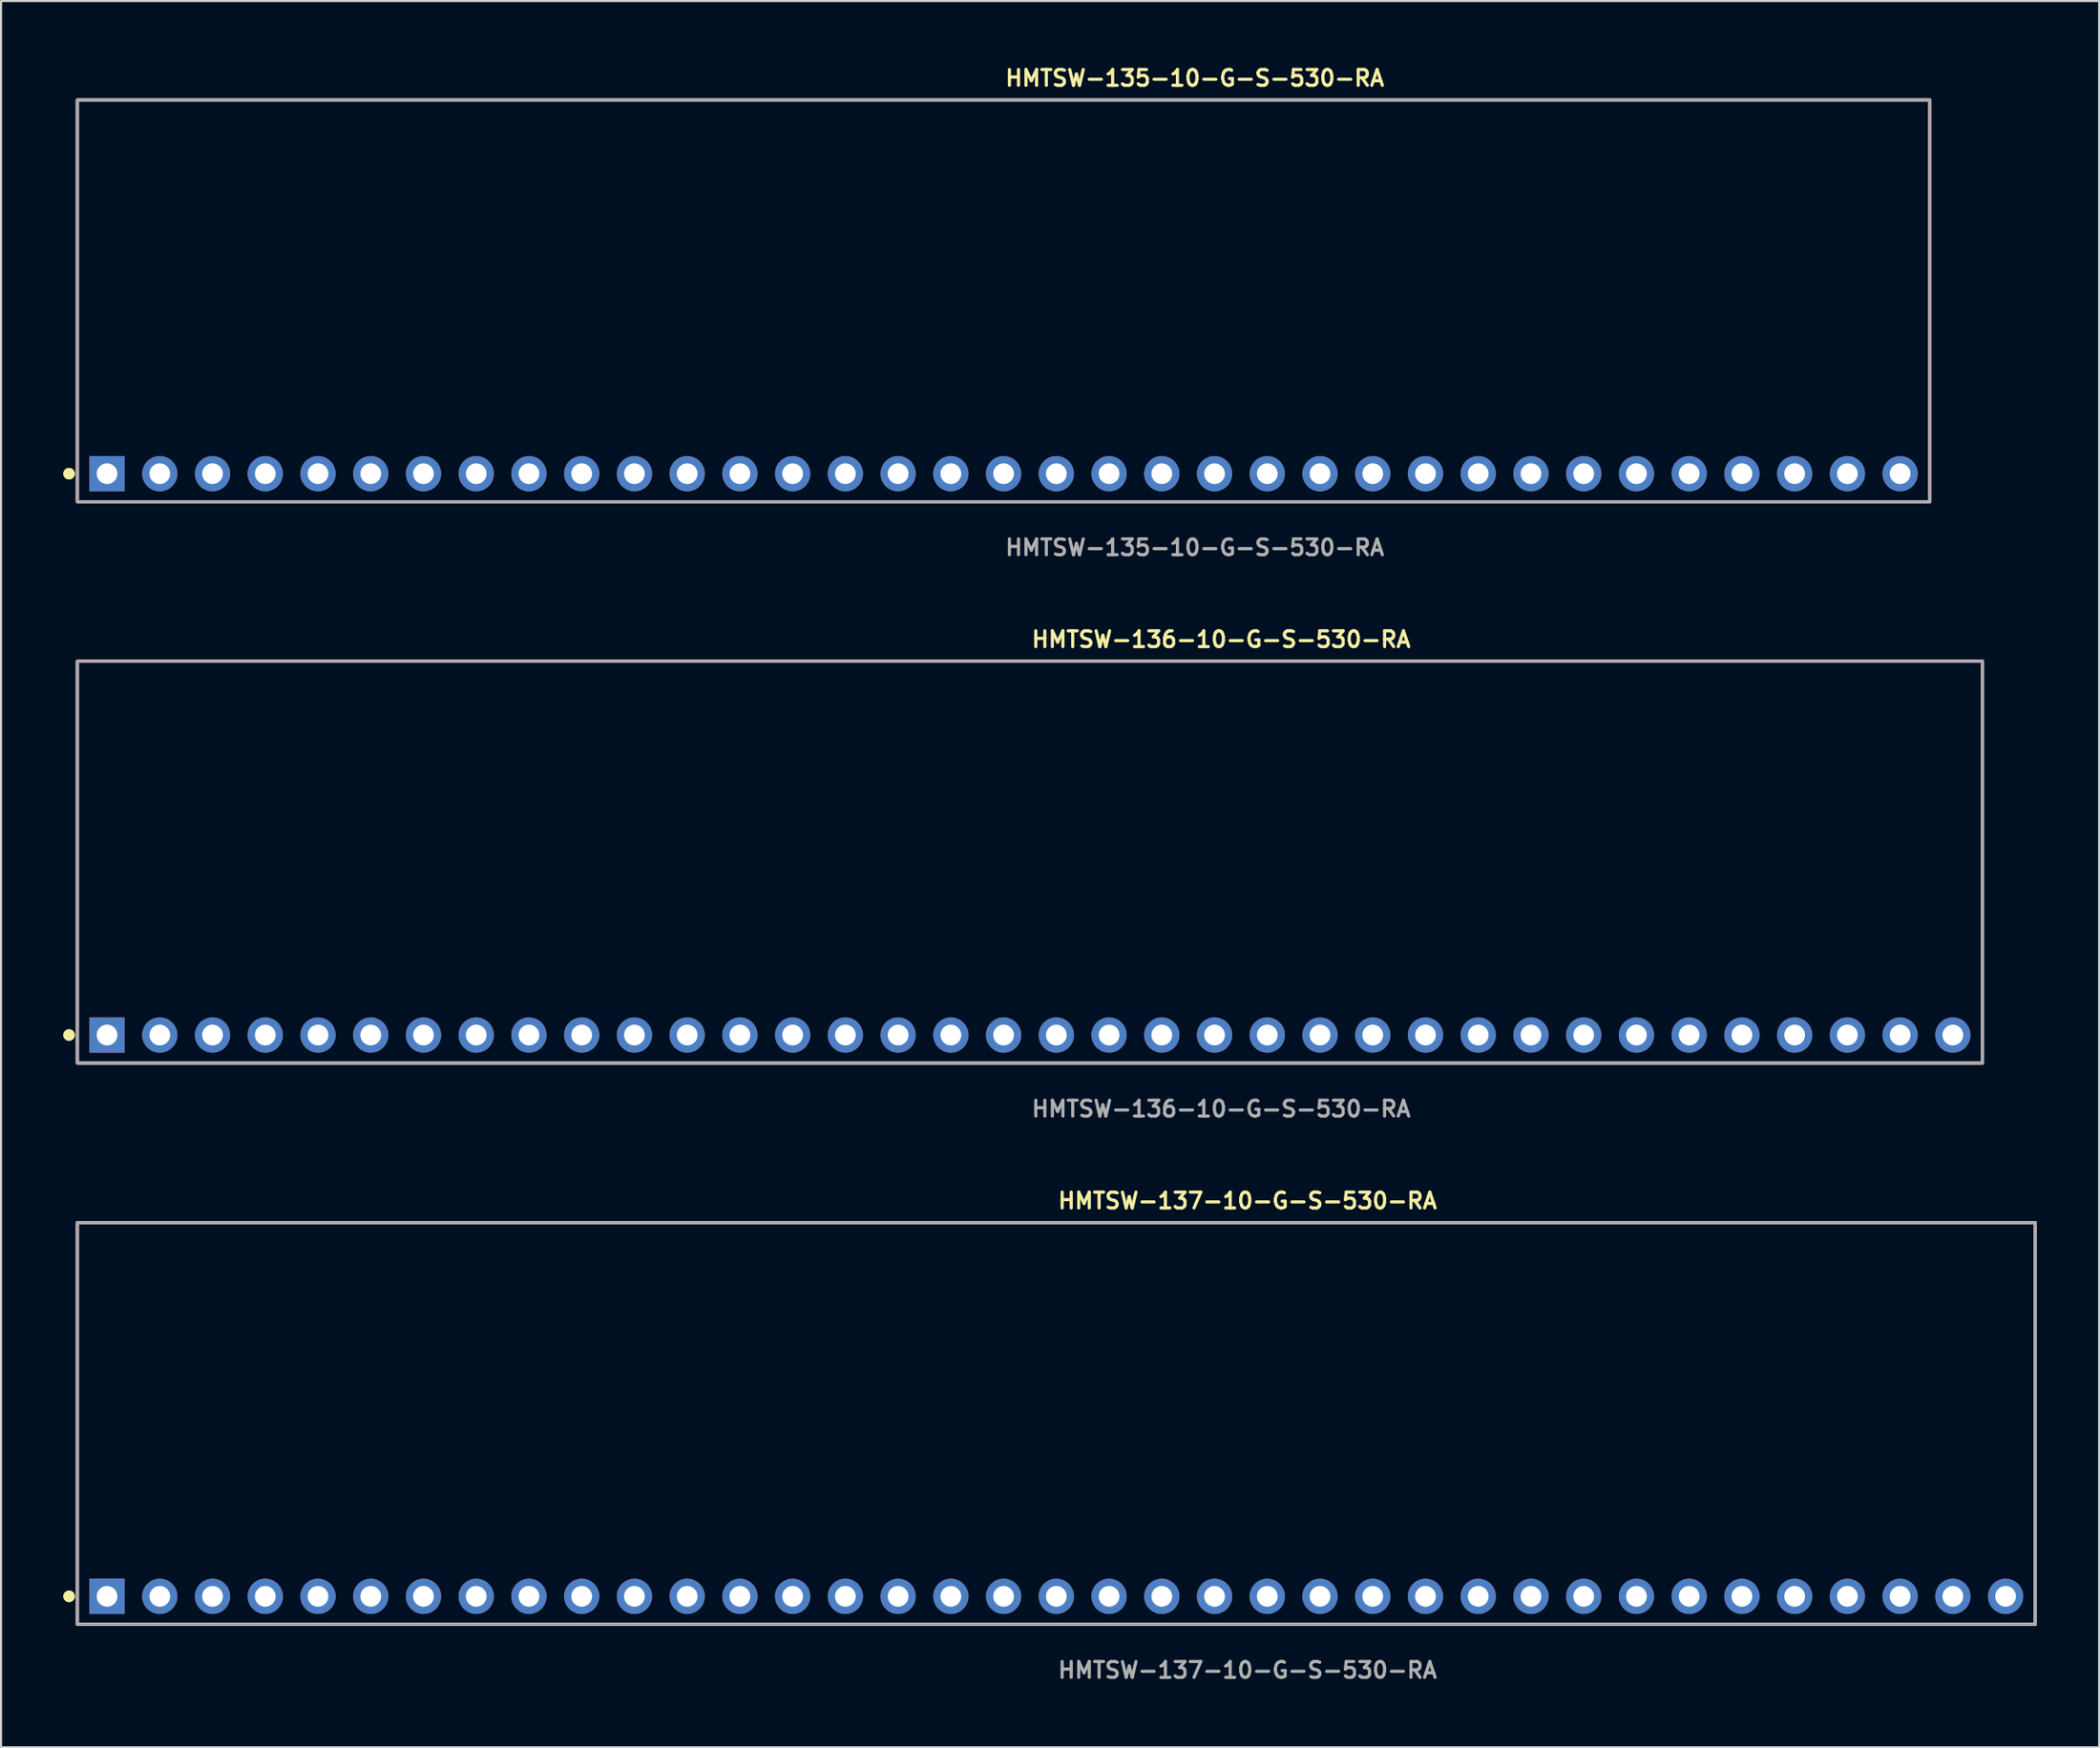
<source format=kicad_pcb>
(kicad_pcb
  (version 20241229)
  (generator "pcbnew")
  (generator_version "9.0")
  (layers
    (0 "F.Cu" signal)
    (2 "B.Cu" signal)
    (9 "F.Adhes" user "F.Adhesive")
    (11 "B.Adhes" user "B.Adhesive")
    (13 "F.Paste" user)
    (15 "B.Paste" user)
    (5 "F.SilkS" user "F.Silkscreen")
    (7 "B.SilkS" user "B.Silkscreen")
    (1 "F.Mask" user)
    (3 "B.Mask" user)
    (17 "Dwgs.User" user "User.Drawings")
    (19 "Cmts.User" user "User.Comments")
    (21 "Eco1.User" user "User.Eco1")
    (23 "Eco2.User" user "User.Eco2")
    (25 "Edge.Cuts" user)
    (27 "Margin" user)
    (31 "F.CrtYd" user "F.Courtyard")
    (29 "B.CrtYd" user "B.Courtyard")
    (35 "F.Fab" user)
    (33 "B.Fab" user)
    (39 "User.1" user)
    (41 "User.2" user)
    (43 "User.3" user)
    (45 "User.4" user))
  (footprint "HMTSW-136-10-G-S-530-RA"
    (layer "F.Cu")
    (at 46.556 46.796)
    (property "Reference" "HMTSW-136-10-G-S-530-RA" (at 0 -19.05 0) (unlocked yes) (layer "F.SilkS") (effects (font (size 0.762 0.762) (thickness 0.152)) (justify left)))
    (fp_rect (start -45.88 1.35) (end 45.88 -18) (stroke (width 0.152) (type solid)) (fill no) (layer "F.SilkS"))
    (fp_circle (center -46.28 0) (end -46.48 0) (stroke (width 0.152) (type solid)) (fill yes) (layer "F.SilkS"))
    (fp_circle (center -46.28 0) (end -46.48 0) (stroke (width 0.152) (type solid)) (fill yes) (layer "F.SilkS"))
    (fp_rect (start -45.88 1.35) (end 45.88 -18) (stroke (width 0.006) (type solid)) (fill no) (layer "F.CrtYd"))
    (fp_rect (start -45.88 1.35) (end 45.88 -18) (stroke (width 0.152) (type solid)) (fill no) (layer "F.Fab"))
    (fp_text user "${REFERENCE}" (at 0 3.556 0) (unlocked yes) (layer "F.Fab") (effects (font (size 0.762 0.762) (thickness 0.152)) (justify left)))
    (pad "1" thru_hole rect (at -44.45 0) (size 1.7 1.7) (drill 1) (layers "*.Cu" "*.Mask"))
    (pad "2" thru_hole circle (at -41.91 0) (size 1.7 1.7) (drill 1) (layers "*.Cu" "*.Mask"))
    (pad "3" thru_hole circle (at -39.37 0) (size 1.7 1.7) (drill 1) (layers "*.Cu" "*.Mask"))
    (pad "4" thru_hole circle (at -36.83 0) (size 1.7 1.7) (drill 1) (layers "*.Cu" "*.Mask"))
    (pad "5" thru_hole circle (at -34.29 0) (size 1.7 1.7) (drill 1) (layers "*.Cu" "*.Mask"))
    (pad "6" thru_hole circle (at -31.75 0) (size 1.7 1.7) (drill 1) (layers "*.Cu" "*.Mask"))
    (pad "7" thru_hole circle (at -29.21 0) (size 1.7 1.7) (drill 1) (layers "*.Cu" "*.Mask"))
    (pad "8" thru_hole circle (at -26.67 0) (size 1.7 1.7) (drill 1) (layers "*.Cu" "*.Mask"))
    (pad "9" thru_hole circle (at -24.13 0) (size 1.7 1.7) (drill 1) (layers "*.Cu" "*.Mask"))
    (pad "10" thru_hole circle (at -21.59 0) (size 1.7 1.7) (drill 1) (layers "*.Cu" "*.Mask"))
    (pad "11" thru_hole circle (at -19.05 0) (size 1.7 1.7) (drill 1) (layers "*.Cu" "*.Mask"))
    (pad "12" thru_hole circle (at -16.51 0) (size 1.7 1.7) (drill 1) (layers "*.Cu" "*.Mask"))
    (pad "13" thru_hole circle (at -13.97 0) (size 1.7 1.7) (drill 1) (layers "*.Cu" "*.Mask"))
    (pad "14" thru_hole circle (at -11.43 0) (size 1.7 1.7) (drill 1) (layers "*.Cu" "*.Mask"))
    (pad "15" thru_hole circle (at -8.89 0) (size 1.7 1.7) (drill 1) (layers "*.Cu" "*.Mask"))
    (pad "16" thru_hole circle (at -6.35 0) (size 1.7 1.7) (drill 1) (layers "*.Cu" "*.Mask"))
    (pad "17" thru_hole circle (at -3.81 0) (size 1.7 1.7) (drill 1) (layers "*.Cu" "*.Mask"))
    (pad "18" thru_hole circle (at -1.27 0) (size 1.7 1.7) (drill 1) (layers "*.Cu" "*.Mask"))
    (pad "19" thru_hole circle (at 1.27 0) (size 1.7 1.7) (drill 1) (layers "*.Cu" "*.Mask"))
    (pad "20" thru_hole circle (at 3.81 0) (size 1.7 1.7) (drill 1) (layers "*.Cu" "*.Mask"))
    (pad "21" thru_hole circle (at 6.35 0) (size 1.7 1.7) (drill 1) (layers "*.Cu" "*.Mask"))
    (pad "22" thru_hole circle (at 8.89 0) (size 1.7 1.7) (drill 1) (layers "*.Cu" "*.Mask"))
    (pad "23" thru_hole circle (at 11.43 0) (size 1.7 1.7) (drill 1) (layers "*.Cu" "*.Mask"))
    (pad "24" thru_hole circle (at 13.97 0) (size 1.7 1.7) (drill 1) (layers "*.Cu" "*.Mask"))
    (pad "25" thru_hole circle (at 16.51 0) (size 1.7 1.7) (drill 1) (layers "*.Cu" "*.Mask"))
    (pad "26" thru_hole circle (at 19.05 0) (size 1.7 1.7) (drill 1) (layers "*.Cu" "*.Mask"))
    (pad "27" thru_hole circle (at 21.59 0) (size 1.7 1.7) (drill 1) (layers "*.Cu" "*.Mask"))
    (pad "28" thru_hole circle (at 24.13 0) (size 1.7 1.7) (drill 1) (layers "*.Cu" "*.Mask"))
    (pad "29" thru_hole circle (at 26.67 0) (size 1.7 1.7) (drill 1) (layers "*.Cu" "*.Mask"))
    (pad "30" thru_hole circle (at 29.21 0) (size 1.7 1.7) (drill 1) (layers "*.Cu" "*.Mask"))
    (pad "31" thru_hole circle (at 31.75 0) (size 1.7 1.7) (drill 1) (layers "*.Cu" "*.Mask"))
    (pad "32" thru_hole circle (at 34.29 0) (size 1.7 1.7) (drill 1) (layers "*.Cu" "*.Mask"))
    (pad "33" thru_hole circle (at 36.83 0) (size 1.7 1.7) (drill 1) (layers "*.Cu" "*.Mask"))
    (pad "34" thru_hole circle (at 39.37 0) (size 1.7 1.7) (drill 1) (layers "*.Cu" "*.Mask"))
    (pad "35" thru_hole circle (at 41.91 0) (size 1.7 1.7) (drill 1) (layers "*.Cu" "*.Mask"))
    (pad "36" thru_hole circle (at 44.45 0) (size 1.7 1.7) (drill 1) (layers "*.Cu" "*.Mask")))
  (footprint "HMTSW-137-10-G-S-530-RA"
    (layer "F.Cu")
    (at 47.826 73.828)
    (property "Reference" "HMTSW-137-10-G-S-530-RA" (at 0 -19.05 0) (unlocked yes) (layer "F.SilkS") (effects (font (size 0.762 0.762) (thickness 0.152)) (justify left)))
    (fp_rect (start -47.15 1.35) (end 47.15 -18) (stroke (width 0.152) (type solid)) (fill no) (layer "F.SilkS"))
    (fp_circle (center -47.55 0) (end -47.75 0) (stroke (width 0.152) (type solid)) (fill yes) (layer "F.SilkS"))
    (fp_circle (center -47.55 0) (end -47.75 0) (stroke (width 0.152) (type solid)) (fill yes) (layer "F.SilkS"))
    (fp_rect (start -47.15 1.35) (end 47.15 -18) (stroke (width 0.006) (type solid)) (fill no) (layer "F.CrtYd"))
    (fp_rect (start -47.15 1.35) (end 47.15 -18) (stroke (width 0.152) (type solid)) (fill no) (layer "F.Fab"))
    (fp_text user "${REFERENCE}" (at 0 3.556 0) (unlocked yes) (layer "F.Fab") (effects (font (size 0.762 0.762) (thickness 0.152)) (justify left)))
    (pad "1" thru_hole rect (at -45.72 0) (size 1.7 1.7) (drill 1) (layers "*.Cu" "*.Mask"))
    (pad "2" thru_hole circle (at -43.18 0) (size 1.7 1.7) (drill 1) (layers "*.Cu" "*.Mask"))
    (pad "3" thru_hole circle (at -40.64 0) (size 1.7 1.7) (drill 1) (layers "*.Cu" "*.Mask"))
    (pad "4" thru_hole circle (at -38.1 0) (size 1.7 1.7) (drill 1) (layers "*.Cu" "*.Mask"))
    (pad "5" thru_hole circle (at -35.56 0) (size 1.7 1.7) (drill 1) (layers "*.Cu" "*.Mask"))
    (pad "6" thru_hole circle (at -33.02 0) (size 1.7 1.7) (drill 1) (layers "*.Cu" "*.Mask"))
    (pad "7" thru_hole circle (at -30.48 0) (size 1.7 1.7) (drill 1) (layers "*.Cu" "*.Mask"))
    (pad "8" thru_hole circle (at -27.94 0) (size 1.7 1.7) (drill 1) (layers "*.Cu" "*.Mask"))
    (pad "9" thru_hole circle (at -25.4 0) (size 1.7 1.7) (drill 1) (layers "*.Cu" "*.Mask"))
    (pad "10" thru_hole circle (at -22.86 0) (size 1.7 1.7) (drill 1) (layers "*.Cu" "*.Mask"))
    (pad "11" thru_hole circle (at -20.32 0) (size 1.7 1.7) (drill 1) (layers "*.Cu" "*.Mask"))
    (pad "12" thru_hole circle (at -17.78 0) (size 1.7 1.7) (drill 1) (layers "*.Cu" "*.Mask"))
    (pad "13" thru_hole circle (at -15.24 0) (size 1.7 1.7) (drill 1) (layers "*.Cu" "*.Mask"))
    (pad "14" thru_hole circle (at -12.7 0) (size 1.7 1.7) (drill 1) (layers "*.Cu" "*.Mask"))
    (pad "15" thru_hole circle (at -10.16 0) (size 1.7 1.7) (drill 1) (layers "*.Cu" "*.Mask"))
    (pad "16" thru_hole circle (at -7.62 0) (size 1.7 1.7) (drill 1) (layers "*.Cu" "*.Mask"))
    (pad "17" thru_hole circle (at -5.08 0) (size 1.7 1.7) (drill 1) (layers "*.Cu" "*.Mask"))
    (pad "18" thru_hole circle (at -2.54 0) (size 1.7 1.7) (drill 1) (layers "*.Cu" "*.Mask"))
    (pad "19" thru_hole circle (at 0 0) (size 1.7 1.7) (drill 1) (layers "*.Cu" "*.Mask"))
    (pad "20" thru_hole circle (at 2.54 0) (size 1.7 1.7) (drill 1) (layers "*.Cu" "*.Mask"))
    (pad "21" thru_hole circle (at 5.08 0) (size 1.7 1.7) (drill 1) (layers "*.Cu" "*.Mask"))
    (pad "22" thru_hole circle (at 7.62 0) (size 1.7 1.7) (drill 1) (layers "*.Cu" "*.Mask"))
    (pad "23" thru_hole circle (at 10.16 0) (size 1.7 1.7) (drill 1) (layers "*.Cu" "*.Mask"))
    (pad "24" thru_hole circle (at 12.7 0) (size 1.7 1.7) (drill 1) (layers "*.Cu" "*.Mask"))
    (pad "25" thru_hole circle (at 15.24 0) (size 1.7 1.7) (drill 1) (layers "*.Cu" "*.Mask"))
    (pad "26" thru_hole circle (at 17.78 0) (size 1.7 1.7) (drill 1) (layers "*.Cu" "*.Mask"))
    (pad "27" thru_hole circle (at 20.32 0) (size 1.7 1.7) (drill 1) (layers "*.Cu" "*.Mask"))
    (pad "28" thru_hole circle (at 22.86 0) (size 1.7 1.7) (drill 1) (layers "*.Cu" "*.Mask"))
    (pad "29" thru_hole circle (at 25.4 0) (size 1.7 1.7) (drill 1) (layers "*.Cu" "*.Mask"))
    (pad "30" thru_hole circle (at 27.94 0) (size 1.7 1.7) (drill 1) (layers "*.Cu" "*.Mask"))
    (pad "31" thru_hole circle (at 30.48 0) (size 1.7 1.7) (drill 1) (layers "*.Cu" "*.Mask"))
    (pad "32" thru_hole circle (at 33.02 0) (size 1.7 1.7) (drill 1) (layers "*.Cu" "*.Mask"))
    (pad "33" thru_hole circle (at 35.56 0) (size 1.7 1.7) (drill 1) (layers "*.Cu" "*.Mask"))
    (pad "34" thru_hole circle (at 38.1 0) (size 1.7 1.7) (drill 1) (layers "*.Cu" "*.Mask"))
    (pad "35" thru_hole circle (at 40.64 0) (size 1.7 1.7) (drill 1) (layers "*.Cu" "*.Mask"))
    (pad "36" thru_hole circle (at 43.18 0) (size 1.7 1.7) (drill 1) (layers "*.Cu" "*.Mask"))
    (pad "37" thru_hole circle (at 45.72 0) (size 1.7 1.7) (drill 1) (layers "*.Cu" "*.Mask")))
  (footprint "HMTSW-135-10-G-S-530-RA"
    (layer "F.Cu")
    (at 45.286 19.763)
    (property "Reference" "HMTSW-135-10-G-S-530-RA" (at 0 -19.05 0) (unlocked yes) (layer "F.SilkS") (effects (font (size 0.762 0.762) (thickness 0.152)) (justify left)))
    (fp_rect (start -44.61 1.35) (end 44.61 -18) (stroke (width 0.152) (type solid)) (fill no) (layer "F.SilkS"))
    (fp_circle (center -45.01 0) (end -45.21 0) (stroke (width 0.152) (type solid)) (fill yes) (layer "F.SilkS"))
    (fp_circle (center -45.01 0) (end -45.21 0) (stroke (width 0.152) (type solid)) (fill yes) (layer "F.SilkS"))
    (fp_rect (start -44.61 1.35) (end 44.61 -18) (stroke (width 0.006) (type solid)) (fill no) (layer "F.CrtYd"))
    (fp_rect (start -44.61 1.35) (end 44.61 -18) (stroke (width 0.152) (type solid)) (fill no) (layer "F.Fab"))
    (fp_text user "${REFERENCE}" (at 0 3.556 0) (unlocked yes) (layer "F.Fab") (effects (font (size 0.762 0.762) (thickness 0.152)) (justify left)))
    (pad "1" thru_hole rect (at -43.18 0) (size 1.7 1.7) (drill 1) (layers "*.Cu" "*.Mask"))
    (pad "2" thru_hole circle (at -40.64 0) (size 1.7 1.7) (drill 1) (layers "*.Cu" "*.Mask"))
    (pad "3" thru_hole circle (at -38.1 0) (size 1.7 1.7) (drill 1) (layers "*.Cu" "*.Mask"))
    (pad "4" thru_hole circle (at -35.56 0) (size 1.7 1.7) (drill 1) (layers "*.Cu" "*.Mask"))
    (pad "5" thru_hole circle (at -33.02 0) (size 1.7 1.7) (drill 1) (layers "*.Cu" "*.Mask"))
    (pad "6" thru_hole circle (at -30.48 0) (size 1.7 1.7) (drill 1) (layers "*.Cu" "*.Mask"))
    (pad "7" thru_hole circle (at -27.94 0) (size 1.7 1.7) (drill 1) (layers "*.Cu" "*.Mask"))
    (pad "8" thru_hole circle (at -25.4 0) (size 1.7 1.7) (drill 1) (layers "*.Cu" "*.Mask"))
    (pad "9" thru_hole circle (at -22.86 0) (size 1.7 1.7) (drill 1) (layers "*.Cu" "*.Mask"))
    (pad "10" thru_hole circle (at -20.32 0) (size 1.7 1.7) (drill 1) (layers "*.Cu" "*.Mask"))
    (pad "11" thru_hole circle (at -17.78 0) (size 1.7 1.7) (drill 1) (layers "*.Cu" "*.Mask"))
    (pad "12" thru_hole circle (at -15.24 0) (size 1.7 1.7) (drill 1) (layers "*.Cu" "*.Mask"))
    (pad "13" thru_hole circle (at -12.7 0) (size 1.7 1.7) (drill 1) (layers "*.Cu" "*.Mask"))
    (pad "14" thru_hole circle (at -10.16 0) (size 1.7 1.7) (drill 1) (layers "*.Cu" "*.Mask"))
    (pad "15" thru_hole circle (at -7.62 0) (size 1.7 1.7) (drill 1) (layers "*.Cu" "*.Mask"))
    (pad "16" thru_hole circle (at -5.08 0) (size 1.7 1.7) (drill 1) (layers "*.Cu" "*.Mask"))
    (pad "17" thru_hole circle (at -2.54 0) (size 1.7 1.7) (drill 1) (layers "*.Cu" "*.Mask"))
    (pad "18" thru_hole circle (at 0 0) (size 1.7 1.7) (drill 1) (layers "*.Cu" "*.Mask"))
    (pad "19" thru_hole circle (at 2.54 0) (size 1.7 1.7) (drill 1) (layers "*.Cu" "*.Mask"))
    (pad "20" thru_hole circle (at 5.08 0) (size 1.7 1.7) (drill 1) (layers "*.Cu" "*.Mask"))
    (pad "21" thru_hole circle (at 7.62 0) (size 1.7 1.7) (drill 1) (layers "*.Cu" "*.Mask"))
    (pad "22" thru_hole circle (at 10.16 0) (size 1.7 1.7) (drill 1) (layers "*.Cu" "*.Mask"))
    (pad "23" thru_hole circle (at 12.7 0) (size 1.7 1.7) (drill 1) (layers "*.Cu" "*.Mask"))
    (pad "24" thru_hole circle (at 15.24 0) (size 1.7 1.7) (drill 1) (layers "*.Cu" "*.Mask"))
    (pad "25" thru_hole circle (at 17.78 0) (size 1.7 1.7) (drill 1) (layers "*.Cu" "*.Mask"))
    (pad "26" thru_hole circle (at 20.32 0) (size 1.7 1.7) (drill 1) (layers "*.Cu" "*.Mask"))
    (pad "27" thru_hole circle (at 22.86 0) (size 1.7 1.7) (drill 1) (layers "*.Cu" "*.Mask"))
    (pad "28" thru_hole circle (at 25.4 0) (size 1.7 1.7) (drill 1) (layers "*.Cu" "*.Mask"))
    (pad "29" thru_hole circle (at 27.94 0) (size 1.7 1.7) (drill 1) (layers "*.Cu" "*.Mask"))
    (pad "30" thru_hole circle (at 30.48 0) (size 1.7 1.7) (drill 1) (layers "*.Cu" "*.Mask"))
    (pad "31" thru_hole circle (at 33.02 0) (size 1.7 1.7) (drill 1) (layers "*.Cu" "*.Mask"))
    (pad "32" thru_hole circle (at 35.56 0) (size 1.7 1.7) (drill 1) (layers "*.Cu" "*.Mask"))
    (pad "33" thru_hole circle (at 38.1 0) (size 1.7 1.7) (drill 1) (layers "*.Cu" "*.Mask"))
    (pad "34" thru_hole circle (at 40.64 0) (size 1.7 1.7) (drill 1) (layers "*.Cu" "*.Mask"))
    (pad "35" thru_hole circle (at 43.18 0) (size 1.7 1.7) (drill 1) (layers "*.Cu" "*.Mask")))
  (gr_rect
    (start -3 -3)
    (end 98.052 81.097)
    (stroke (width 0.1) (type default))
    (fill no)
    (layer "Edge.Cuts")))
</source>
